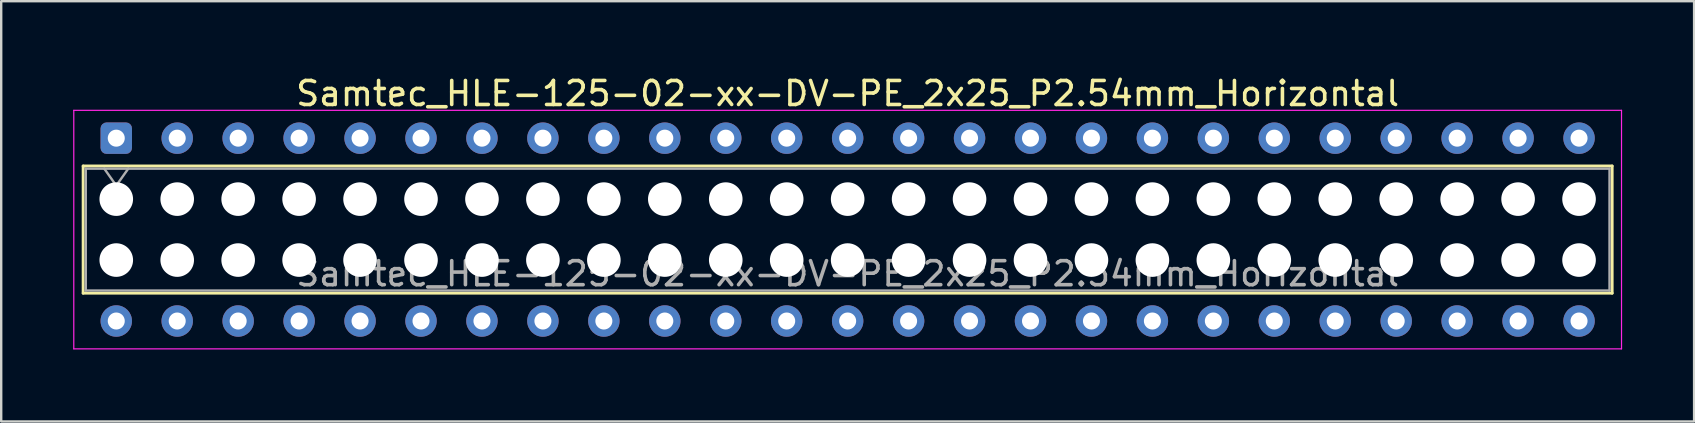
<source format=kicad_pcb>
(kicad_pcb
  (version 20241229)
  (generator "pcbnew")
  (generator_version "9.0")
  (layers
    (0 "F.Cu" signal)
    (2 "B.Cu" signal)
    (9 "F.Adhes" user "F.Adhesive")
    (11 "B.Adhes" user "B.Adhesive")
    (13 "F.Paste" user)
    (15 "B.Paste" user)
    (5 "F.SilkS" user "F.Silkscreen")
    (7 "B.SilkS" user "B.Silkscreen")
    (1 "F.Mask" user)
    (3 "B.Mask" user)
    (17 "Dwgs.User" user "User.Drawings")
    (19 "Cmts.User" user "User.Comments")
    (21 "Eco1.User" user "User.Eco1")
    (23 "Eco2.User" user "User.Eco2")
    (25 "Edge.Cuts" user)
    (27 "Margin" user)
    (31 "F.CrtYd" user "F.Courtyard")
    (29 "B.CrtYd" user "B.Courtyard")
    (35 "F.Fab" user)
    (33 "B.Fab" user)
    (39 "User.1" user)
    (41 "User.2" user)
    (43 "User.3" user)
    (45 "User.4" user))
  (footprint "Samtec_HLE-125-02-xx-DV-PE_2x25_P2.54mm_Horizontal"
    (layer "F.Cu")
    (at 1.795 2.708)
    (property "Reference" "Samtec_HLE-125-02-xx-DV-PE_2x25_P2.54mm_Horizontal" (at 30.48 -1.86 0) (layer "F.SilkS") (effects (font (size 1 1) (thickness 0.15))))
    (attr through_hole)
    (fp_line (start -1.38 1.16) (end 62.34 1.16) (stroke (width 0.12) (type solid)) (layer "F.SilkS"))
    (fp_line (start -1.38 6.46) (end -1.38 1.16) (stroke (width 0.12) (type solid)) (layer "F.SilkS"))
    (fp_line (start 62.34 1.16) (end 62.34 6.46) (stroke (width 0.12) (type solid)) (layer "F.SilkS"))
    (fp_line (start 62.34 6.46) (end -1.38 6.46) (stroke (width 0.12) (type solid)) (layer "F.SilkS"))
    (fp_line (start -1.77 -1.16) (end 62.73 -1.16) (stroke (width 0.05) (type solid)) (layer "F.CrtYd"))
    (fp_line (start -1.77 8.78) (end -1.77 -1.16) (stroke (width 0.05) (type solid)) (layer "F.CrtYd"))
    (fp_line (start 62.73 -1.16) (end 62.73 8.78) (stroke (width 0.05) (type solid)) (layer "F.CrtYd"))
    (fp_line (start 62.73 8.78) (end -1.77 8.78) (stroke (width 0.05) (type solid)) (layer "F.CrtYd"))
    (fp_line (start -1.27 1.27) (end 62.23 1.27) (stroke (width 0.1) (type solid)) (layer "F.Fab"))
    (fp_line (start -1.27 6.35) (end -1.27 1.27) (stroke (width 0.1) (type solid)) (layer "F.Fab"))
    (fp_line (start -0.5 1.27) (end 0 1.977) (stroke (width 0.1) (type solid)) (layer "F.Fab"))
    (fp_line (start 0 1.977) (end 0.5 1.27) (stroke (width 0.1) (type solid)) (layer "F.Fab"))
    (fp_line (start 62.23 1.27) (end 62.23 6.35) (stroke (width 0.1) (type solid)) (layer "F.Fab"))
    (fp_line (start 62.23 6.35) (end -1.27 6.35) (stroke (width 0.1) (type solid)) (layer "F.Fab"))
    (fp_text user "${REFERENCE}" (at 30.48 5.65 0) (layer "F.Fab") (effects (font (size 1 1) (thickness 0.15))))
    (pad "" np_thru_hole circle (at 0 2.54) (size 1.4 1.4) (drill 1.4) (layers "*.Cu" "*.Mask"))
    (pad "" np_thru_hole circle (at 0 5.08) (size 1.4 1.4) (drill 1.4) (layers "*.Cu" "*.Mask"))
    (pad "" np_thru_hole circle (at 2.54 2.54) (size 1.4 1.4) (drill 1.4) (layers "*.Cu" "*.Mask"))
    (pad "" np_thru_hole circle (at 2.54 5.08) (size 1.4 1.4) (drill 1.4) (layers "*.Cu" "*.Mask"))
    (pad "" np_thru_hole circle (at 5.08 2.54) (size 1.4 1.4) (drill 1.4) (layers "*.Cu" "*.Mask"))
    (pad "" np_thru_hole circle (at 5.08 5.08) (size 1.4 1.4) (drill 1.4) (layers "*.Cu" "*.Mask"))
    (pad "" np_thru_hole circle (at 7.62 2.54) (size 1.4 1.4) (drill 1.4) (layers "*.Cu" "*.Mask"))
    (pad "" np_thru_hole circle (at 7.62 5.08) (size 1.4 1.4) (drill 1.4) (layers "*.Cu" "*.Mask"))
    (pad "" np_thru_hole circle (at 10.16 2.54) (size 1.4 1.4) (drill 1.4) (layers "*.Cu" "*.Mask"))
    (pad "" np_thru_hole circle (at 10.16 5.08) (size 1.4 1.4) (drill 1.4) (layers "*.Cu" "*.Mask"))
    (pad "" np_thru_hole circle (at 12.7 2.54) (size 1.4 1.4) (drill 1.4) (layers "*.Cu" "*.Mask"))
    (pad "" np_thru_hole circle (at 12.7 5.08) (size 1.4 1.4) (drill 1.4) (layers "*.Cu" "*.Mask"))
    (pad "" np_thru_hole circle (at 15.24 2.54) (size 1.4 1.4) (drill 1.4) (layers "*.Cu" "*.Mask"))
    (pad "" np_thru_hole circle (at 15.24 5.08) (size 1.4 1.4) (drill 1.4) (layers "*.Cu" "*.Mask"))
    (pad "" np_thru_hole circle (at 17.78 2.54) (size 1.4 1.4) (drill 1.4) (layers "*.Cu" "*.Mask"))
    (pad "" np_thru_hole circle (at 17.78 5.08) (size 1.4 1.4) (drill 1.4) (layers "*.Cu" "*.Mask"))
    (pad "" np_thru_hole circle (at 20.32 2.54) (size 1.4 1.4) (drill 1.4) (layers "*.Cu" "*.Mask"))
    (pad "" np_thru_hole circle (at 20.32 5.08) (size 1.4 1.4) (drill 1.4) (layers "*.Cu" "*.Mask"))
    (pad "" np_thru_hole circle (at 22.86 2.54) (size 1.4 1.4) (drill 1.4) (layers "*.Cu" "*.Mask"))
    (pad "" np_thru_hole circle (at 22.86 5.08) (size 1.4 1.4) (drill 1.4) (layers "*.Cu" "*.Mask"))
    (pad "" np_thru_hole circle (at 25.4 2.54) (size 1.4 1.4) (drill 1.4) (layers "*.Cu" "*.Mask"))
    (pad "" np_thru_hole circle (at 25.4 5.08) (size 1.4 1.4) (drill 1.4) (layers "*.Cu" "*.Mask"))
    (pad "" np_thru_hole circle (at 27.94 2.54) (size 1.4 1.4) (drill 1.4) (layers "*.Cu" "*.Mask"))
    (pad "" np_thru_hole circle (at 27.94 5.08) (size 1.4 1.4) (drill 1.4) (layers "*.Cu" "*.Mask"))
    (pad "" np_thru_hole circle (at 30.48 2.54) (size 1.4 1.4) (drill 1.4) (layers "*.Cu" "*.Mask"))
    (pad "" np_thru_hole circle (at 30.48 5.08) (size 1.4 1.4) (drill 1.4) (layers "*.Cu" "*.Mask"))
    (pad "" np_thru_hole circle (at 33.02 2.54) (size 1.4 1.4) (drill 1.4) (layers "*.Cu" "*.Mask"))
    (pad "" np_thru_hole circle (at 33.02 5.08) (size 1.4 1.4) (drill 1.4) (layers "*.Cu" "*.Mask"))
    (pad "" np_thru_hole circle (at 35.56 2.54) (size 1.4 1.4) (drill 1.4) (layers "*.Cu" "*.Mask"))
    (pad "" np_thru_hole circle (at 35.56 5.08) (size 1.4 1.4) (drill 1.4) (layers "*.Cu" "*.Mask"))
    (pad "" np_thru_hole circle (at 38.1 2.54) (size 1.4 1.4) (drill 1.4) (layers "*.Cu" "*.Mask"))
    (pad "" np_thru_hole circle (at 38.1 5.08) (size 1.4 1.4) (drill 1.4) (layers "*.Cu" "*.Mask"))
    (pad "" np_thru_hole circle (at 40.64 2.54) (size 1.4 1.4) (drill 1.4) (layers "*.Cu" "*.Mask"))
    (pad "" np_thru_hole circle (at 40.64 5.08) (size 1.4 1.4) (drill 1.4) (layers "*.Cu" "*.Mask"))
    (pad "" np_thru_hole circle (at 43.18 2.54) (size 1.4 1.4) (drill 1.4) (layers "*.Cu" "*.Mask"))
    (pad "" np_thru_hole circle (at 43.18 5.08) (size 1.4 1.4) (drill 1.4) (layers "*.Cu" "*.Mask"))
    (pad "" np_thru_hole circle (at 45.72 2.54) (size 1.4 1.4) (drill 1.4) (layers "*.Cu" "*.Mask"))
    (pad "" np_thru_hole circle (at 45.72 5.08) (size 1.4 1.4) (drill 1.4) (layers "*.Cu" "*.Mask"))
    (pad "" np_thru_hole circle (at 48.26 2.54) (size 1.4 1.4) (drill 1.4) (layers "*.Cu" "*.Mask"))
    (pad "" np_thru_hole circle (at 48.26 5.08) (size 1.4 1.4) (drill 1.4) (layers "*.Cu" "*.Mask"))
    (pad "" np_thru_hole circle (at 50.8 2.54) (size 1.4 1.4) (drill 1.4) (layers "*.Cu" "*.Mask"))
    (pad "" np_thru_hole circle (at 50.8 5.08) (size 1.4 1.4) (drill 1.4) (layers "*.Cu" "*.Mask"))
    (pad "" np_thru_hole circle (at 53.34 2.54) (size 1.4 1.4) (drill 1.4) (layers "*.Cu" "*.Mask"))
    (pad "" np_thru_hole circle (at 53.34 5.08) (size 1.4 1.4) (drill 1.4) (layers "*.Cu" "*.Mask"))
    (pad "" np_thru_hole circle (at 55.88 2.54) (size 1.4 1.4) (drill 1.4) (layers "*.Cu" "*.Mask"))
    (pad "" np_thru_hole circle (at 55.88 5.08) (size 1.4 1.4) (drill 1.4) (layers "*.Cu" "*.Mask"))
    (pad "" np_thru_hole circle (at 58.42 2.54) (size 1.4 1.4) (drill 1.4) (layers "*.Cu" "*.Mask"))
    (pad "" np_thru_hole circle (at 58.42 5.08) (size 1.4 1.4) (drill 1.4) (layers "*.Cu" "*.Mask"))
    (pad "" np_thru_hole circle (at 60.96 2.54) (size 1.4 1.4) (drill 1.4) (layers "*.Cu" "*.Mask"))
    (pad "" np_thru_hole circle (at 60.96 5.08) (size 1.4 1.4) (drill 1.4) (layers "*.Cu" "*.Mask"))
    (pad "1" thru_hole roundrect (at 0 0) (size 1.31 1.31) (drill 0.71) (layers "*.Cu" "*.Mask") (roundrect_rratio 0.191))
    (pad "2" thru_hole circle (at 0 7.62) (size 1.31 1.31) (drill 0.71) (layers "*.Cu" "*.Mask"))
    (pad "3" thru_hole circle (at 2.54 0) (size 1.31 1.31) (drill 0.71) (layers "*.Cu" "*.Mask"))
    (pad "4" thru_hole circle (at 2.54 7.62) (size 1.31 1.31) (drill 0.71) (layers "*.Cu" "*.Mask"))
    (pad "5" thru_hole circle (at 5.08 0) (size 1.31 1.31) (drill 0.71) (layers "*.Cu" "*.Mask"))
    (pad "6" thru_hole circle (at 5.08 7.62) (size 1.31 1.31) (drill 0.71) (layers "*.Cu" "*.Mask"))
    (pad "7" thru_hole circle (at 7.62 0) (size 1.31 1.31) (drill 0.71) (layers "*.Cu" "*.Mask"))
    (pad "8" thru_hole circle (at 7.62 7.62) (size 1.31 1.31) (drill 0.71) (layers "*.Cu" "*.Mask"))
    (pad "9" thru_hole circle (at 10.16 0) (size 1.31 1.31) (drill 0.71) (layers "*.Cu" "*.Mask"))
    (pad "10" thru_hole circle (at 10.16 7.62) (size 1.31 1.31) (drill 0.71) (layers "*.Cu" "*.Mask"))
    (pad "11" thru_hole circle (at 12.7 0) (size 1.31 1.31) (drill 0.71) (layers "*.Cu" "*.Mask"))
    (pad "12" thru_hole circle (at 12.7 7.62) (size 1.31 1.31) (drill 0.71) (layers "*.Cu" "*.Mask"))
    (pad "13" thru_hole circle (at 15.24 0) (size 1.31 1.31) (drill 0.71) (layers "*.Cu" "*.Mask"))
    (pad "14" thru_hole circle (at 15.24 7.62) (size 1.31 1.31) (drill 0.71) (layers "*.Cu" "*.Mask"))
    (pad "15" thru_hole circle (at 17.78 0) (size 1.31 1.31) (drill 0.71) (layers "*.Cu" "*.Mask"))
    (pad "16" thru_hole circle (at 17.78 7.62) (size 1.31 1.31) (drill 0.71) (layers "*.Cu" "*.Mask"))
    (pad "17" thru_hole circle (at 20.32 0) (size 1.31 1.31) (drill 0.71) (layers "*.Cu" "*.Mask"))
    (pad "18" thru_hole circle (at 20.32 7.62) (size 1.31 1.31) (drill 0.71) (layers "*.Cu" "*.Mask"))
    (pad "19" thru_hole circle (at 22.86 0) (size 1.31 1.31) (drill 0.71) (layers "*.Cu" "*.Mask"))
    (pad "20" thru_hole circle (at 22.86 7.62) (size 1.31 1.31) (drill 0.71) (layers "*.Cu" "*.Mask"))
    (pad "21" thru_hole circle (at 25.4 0) (size 1.31 1.31) (drill 0.71) (layers "*.Cu" "*.Mask"))
    (pad "22" thru_hole circle (at 25.4 7.62) (size 1.31 1.31) (drill 0.71) (layers "*.Cu" "*.Mask"))
    (pad "23" thru_hole circle (at 27.94 0) (size 1.31 1.31) (drill 0.71) (layers "*.Cu" "*.Mask"))
    (pad "24" thru_hole circle (at 27.94 7.62) (size 1.31 1.31) (drill 0.71) (layers "*.Cu" "*.Mask"))
    (pad "25" thru_hole circle (at 30.48 0) (size 1.31 1.31) (drill 0.71) (layers "*.Cu" "*.Mask"))
    (pad "26" thru_hole circle (at 30.48 7.62) (size 1.31 1.31) (drill 0.71) (layers "*.Cu" "*.Mask"))
    (pad "27" thru_hole circle (at 33.02 0) (size 1.31 1.31) (drill 0.71) (layers "*.Cu" "*.Mask"))
    (pad "28" thru_hole circle (at 33.02 7.62) (size 1.31 1.31) (drill 0.71) (layers "*.Cu" "*.Mask"))
    (pad "29" thru_hole circle (at 35.56 0) (size 1.31 1.31) (drill 0.71) (layers "*.Cu" "*.Mask"))
    (pad "30" thru_hole circle (at 35.56 7.62) (size 1.31 1.31) (drill 0.71) (layers "*.Cu" "*.Mask"))
    (pad "31" thru_hole circle (at 38.1 0) (size 1.31 1.31) (drill 0.71) (layers "*.Cu" "*.Mask"))
    (pad "32" thru_hole circle (at 38.1 7.62) (size 1.31 1.31) (drill 0.71) (layers "*.Cu" "*.Mask"))
    (pad "33" thru_hole circle (at 40.64 0) (size 1.31 1.31) (drill 0.71) (layers "*.Cu" "*.Mask"))
    (pad "34" thru_hole circle (at 40.64 7.62) (size 1.31 1.31) (drill 0.71) (layers "*.Cu" "*.Mask"))
    (pad "35" thru_hole circle (at 43.18 0) (size 1.31 1.31) (drill 0.71) (layers "*.Cu" "*.Mask"))
    (pad "36" thru_hole circle (at 43.18 7.62) (size 1.31 1.31) (drill 0.71) (layers "*.Cu" "*.Mask"))
    (pad "37" thru_hole circle (at 45.72 0) (size 1.31 1.31) (drill 0.71) (layers "*.Cu" "*.Mask"))
    (pad "38" thru_hole circle (at 45.72 7.62) (size 1.31 1.31) (drill 0.71) (layers "*.Cu" "*.Mask"))
    (pad "39" thru_hole circle (at 48.26 0) (size 1.31 1.31) (drill 0.71) (layers "*.Cu" "*.Mask"))
    (pad "40" thru_hole circle (at 48.26 7.62) (size 1.31 1.31) (drill 0.71) (layers "*.Cu" "*.Mask"))
    (pad "41" thru_hole circle (at 50.8 0) (size 1.31 1.31) (drill 0.71) (layers "*.Cu" "*.Mask"))
    (pad "42" thru_hole circle (at 50.8 7.62) (size 1.31 1.31) (drill 0.71) (layers "*.Cu" "*.Mask"))
    (pad "43" thru_hole circle (at 53.34 0) (size 1.31 1.31) (drill 0.71) (layers "*.Cu" "*.Mask"))
    (pad "44" thru_hole circle (at 53.34 7.62) (size 1.31 1.31) (drill 0.71) (layers "*.Cu" "*.Mask"))
    (pad "45" thru_hole circle (at 55.88 0) (size 1.31 1.31) (drill 0.71) (layers "*.Cu" "*.Mask"))
    (pad "46" thru_hole circle (at 55.88 7.62) (size 1.31 1.31) (drill 0.71) (layers "*.Cu" "*.Mask"))
    (pad "47" thru_hole circle (at 58.42 0) (size 1.31 1.31) (drill 0.71) (layers "*.Cu" "*.Mask"))
    (pad "48" thru_hole circle (at 58.42 7.62) (size 1.31 1.31) (drill 0.71) (layers "*.Cu" "*.Mask"))
    (pad "49" thru_hole circle (at 60.96 0) (size 1.31 1.31) (drill 0.71) (layers "*.Cu" "*.Mask"))
    (pad "50" thru_hole circle (at 60.96 7.62) (size 1.31 1.31) (drill 0.71) (layers "*.Cu" "*.Mask")))
  (gr_rect
    (start -3 -3)
    (end 67.55 14.513)
    (stroke (width 0.1) (type default))
    (fill no)
    (layer "Edge.Cuts")))
</source>
